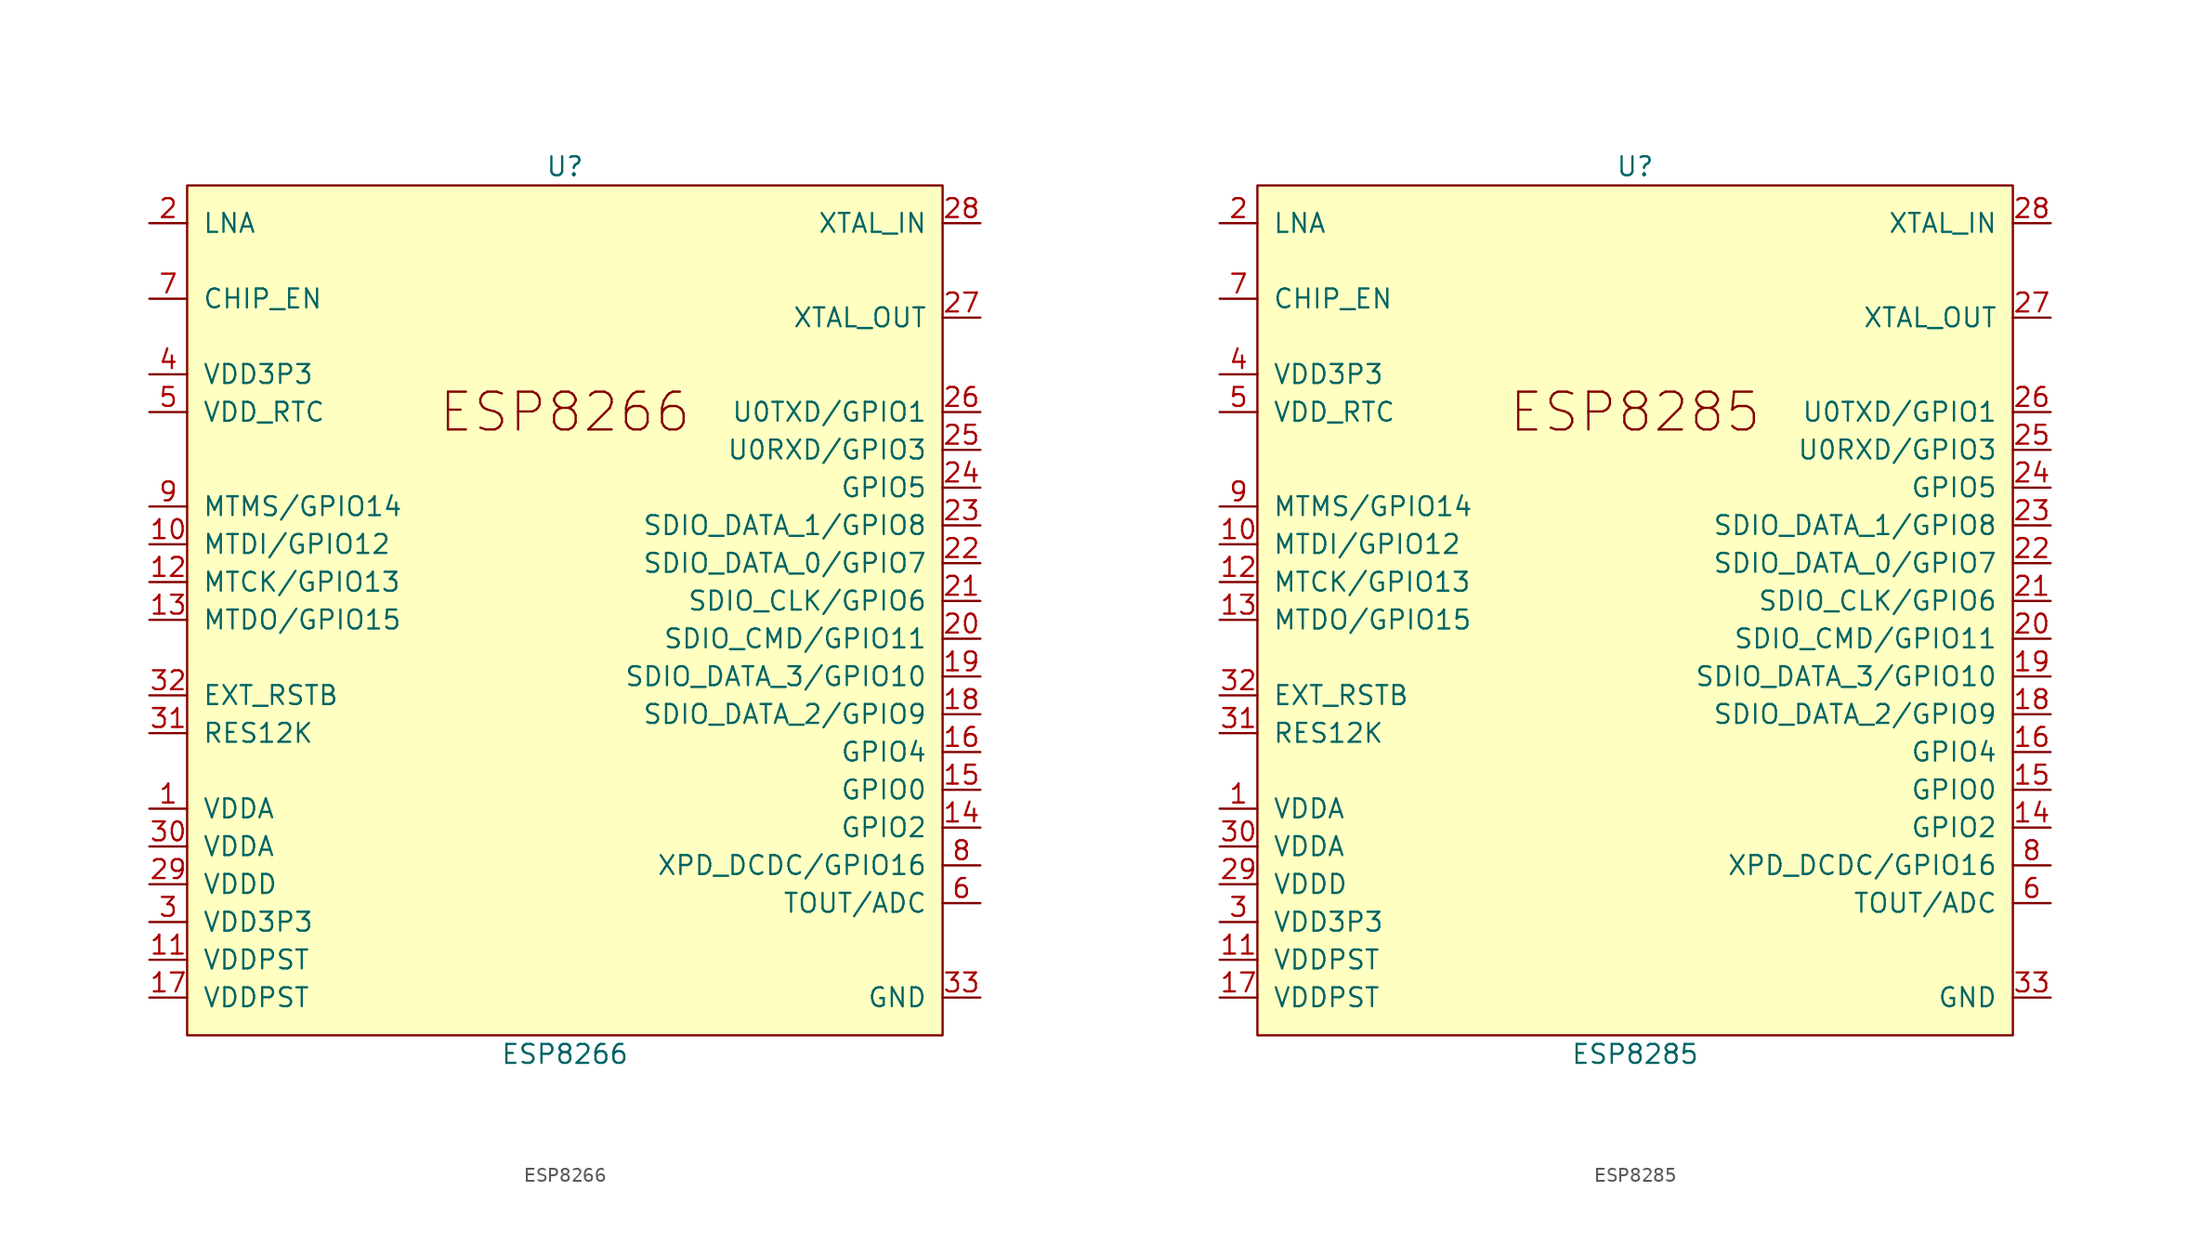
<source format=kicad_sym>
(kicad_symbol_lib
  (version 20220914)
  (generator kicad_symbol_editor)
  (symbol "ESP8266"
    (pin_names
      (offset 1.016))
    (property "Reference" "U"
      (at 0 31.75 0)
      (effects (font (size 1.27 1.27))))
    (property "Value" "ESP8266"
      (at 0 -27.94 0)
      (effects (font (size 1.27 1.27))))
    (symbol "ESP8266_1_1"
      (rectangle (start -25.4 30.48) (end 25.4 -26.67) (stroke (width 0) (type default)) (fill (type background)))
      (text "ESP8266" (at 0 15.24 0) (effects (font (size 2.54 2.54))))
      (pin bidirectional line (at -27.94 -11.43 0) (length 2.54) (name "VDDA" (effects (font (size 1.27 1.27)))) (number "1" (effects (font (size 1.27 1.27)))))
      (pin bidirectional line (at -27.94 6.35 0) (length 2.54) (name "MTDI/GPIO12" (effects (font (size 1.27 1.27)))) (number "10" (effects (font (size 1.27 1.27)))))
      (pin power_in line (at -27.94 -21.59 0) (length 2.54) (name "VDDPST" (effects (font (size 1.27 1.27)))) (number "11" (effects (font (size 1.27 1.27)))))
      (pin bidirectional line (at -27.94 3.81 0) (length 2.54) (name "MTCK/GPIO13" (effects (font (size 1.27 1.27)))) (number "12" (effects (font (size 1.27 1.27)))))
      (pin bidirectional line (at -27.94 1.27 0) (length 2.54) (name "MTDO/GPIO15" (effects (font (size 1.27 1.27)))) (number "13" (effects (font (size 1.27 1.27)))))
      (pin bidirectional line (at 27.94 -12.7 180) (length 2.54) (name "GPIO2" (effects (font (size 1.27 1.27)))) (number "14" (effects (font (size 1.27 1.27)))))
      (pin bidirectional line (at 27.94 -10.16 180) (length 2.54) (name "GPIO0" (effects (font (size 1.27 1.27)))) (number "15" (effects (font (size 1.27 1.27)))))
      (pin bidirectional line (at 27.94 -7.62 180) (length 2.54) (name "GPIO4" (effects (font (size 1.27 1.27)))) (number "16" (effects (font (size 1.27 1.27)))))
      (pin power_in line (at -27.94 -24.13 0) (length 2.54) (name "VDDPST" (effects (font (size 1.27 1.27)))) (number "17" (effects (font (size 1.27 1.27)))))
      (pin bidirectional line (at 27.94 -5.08 180) (length 2.54) (name "SDIO_DATA_2/GPIO9" (effects (font (size 1.27 1.27)))) (number "18" (effects (font (size 1.27 1.27)))))
      (pin bidirectional line (at 27.94 -2.54 180) (length 2.54) (name "SDIO_DATA_3/GPIO10" (effects (font (size 1.27 1.27)))) (number "19" (effects (font (size 1.27 1.27)))))
      (pin power_in line (at -27.94 27.94 0) (length 2.54) (name "LNA" (effects (font (size 1.27 1.27)))) (number "2" (effects (font (size 1.27 1.27)))))
      (pin bidirectional line (at 27.94 0 180) (length 2.54) (name "SDIO_CMD/GPIO11" (effects (font (size 1.27 1.27)))) (number "20" (effects (font (size 1.27 1.27)))))
      (pin bidirectional line (at 27.94 2.54 180) (length 2.54) (name "SDIO_CLK/GPIO6" (effects (font (size 1.27 1.27)))) (number "21" (effects (font (size 1.27 1.27)))))
      (pin bidirectional line (at 27.94 5.08 180) (length 2.54) (name "SDIO_DATA_0/GPIO7" (effects (font (size 1.27 1.27)))) (number "22" (effects (font (size 1.27 1.27)))))
      (pin bidirectional line (at 27.94 7.62 180) (length 2.54) (name "SDIO_DATA_1/GPIO8" (effects (font (size 1.27 1.27)))) (number "23" (effects (font (size 1.27 1.27)))))
      (pin bidirectional line (at 27.94 10.16 180) (length 2.54) (name "GPIO5" (effects (font (size 1.27 1.27)))) (number "24" (effects (font (size 1.27 1.27)))))
      (pin bidirectional line (at 27.94 12.7 180) (length 2.54) (name "U0RXD/GPIO3" (effects (font (size 1.27 1.27)))) (number "25" (effects (font (size 1.27 1.27)))))
      (pin bidirectional line (at 27.94 15.24 180) (length 2.54) (name "U0TXD/GPIO1" (effects (font (size 1.27 1.27)))) (number "26" (effects (font (size 1.27 1.27)))))
      (pin bidirectional line (at 27.94 21.59 180) (length 2.54) (name "XTAL_OUT" (effects (font (size 1.27 1.27)))) (number "27" (effects (font (size 1.27 1.27)))))
      (pin bidirectional line (at 27.94 27.94 180) (length 2.54) (name "XTAL_IN" (effects (font (size 1.27 1.27)))) (number "28" (effects (font (size 1.27 1.27)))))
      (pin output line (at -27.94 -16.51 0) (length 2.54) (name "VDDD" (effects (font (size 1.27 1.27)))) (number "29" (effects (font (size 1.27 1.27)))))
      (pin power_out line (at -27.94 -19.05 0) (length 2.54) (name "VDD3P3" (effects (font (size 1.27 1.27)))) (number "3" (effects (font (size 1.27 1.27)))))
      (pin input line (at -27.94 -13.97 0) (length 2.54) (name "VDDA" (effects (font (size 1.27 1.27)))) (number "30" (effects (font (size 1.27 1.27)))))
      (pin power_in line (at -27.94 -6.35 0) (length 2.54) (name "RES12K" (effects (font (size 1.27 1.27)))) (number "31" (effects (font (size 1.27 1.27)))))
      (pin power_in line (at -27.94 -3.81 0) (length 2.54) (name "EXT_RSTB" (effects (font (size 1.27 1.27)))) (number "32" (effects (font (size 1.27 1.27)))))
      (pin power_in line (at 27.94 -24.13 180) (length 2.54) (name "GND" (effects (font (size 1.27 1.27)))) (number "33" (effects (font (size 1.27 1.27)))))
      (pin output line (at -27.94 17.78 0) (length 2.54) (name "VDD3P3" (effects (font (size 1.27 1.27)))) (number "4" (effects (font (size 1.27 1.27)))))
      (pin input line (at -27.94 15.24 0) (length 2.54) (name "VDD_RTC" (effects (font (size 1.27 1.27)))) (number "5" (effects (font (size 1.27 1.27)))))
      (pin input line (at 27.94 -17.78 180) (length 2.54) (name "TOUT/ADC" (effects (font (size 1.27 1.27)))) (number "6" (effects (font (size 1.27 1.27)))))
      (pin input line (at -27.94 22.86 0) (length 2.54) (name "CHIP_EN" (effects (font (size 1.27 1.27)))) (number "7" (effects (font (size 1.27 1.27)))))
      (pin bidirectional line (at 27.94 -15.24 180) (length 2.54) (name "XPD_DCDC/GPIO16" (effects (font (size 1.27 1.27)))) (number "8" (effects (font (size 1.27 1.27)))))
      (pin bidirectional line (at -27.94 8.89 0) (length 2.54) (name "MTMS/GPIO14" (effects (font (size 1.27 1.27)))) (number "9" (effects (font (size 1.27 1.27)))))))
  (symbol "ESP8285"
    (pin_names
      (offset 1.016))
    (property "Reference" "U"
      (at 0 31.75 0)
      (effects (font (size 1.27 1.27))))
    (property "Value" "ESP8285"
      (at 0 -27.94 0)
      (effects (font (size 1.27 1.27))))
    (symbol "ESP8285_1_1"
      (rectangle (start -25.4 30.48) (end 25.4 -26.67) (stroke (width 0) (type default)) (fill (type background)))
      (text "ESP8285" (at 0 15.24 0) (effects (font (size 2.54 2.54))))
      (pin bidirectional line (at -27.94 -11.43 0) (length 2.54) (name "VDDA" (effects (font (size 1.27 1.27)))) (number "1" (effects (font (size 1.27 1.27)))))
      (pin bidirectional line (at -27.94 6.35 0) (length 2.54) (name "MTDI/GPIO12" (effects (font (size 1.27 1.27)))) (number "10" (effects (font (size 1.27 1.27)))))
      (pin power_in line (at -27.94 -21.59 0) (length 2.54) (name "VDDPST" (effects (font (size 1.27 1.27)))) (number "11" (effects (font (size 1.27 1.27)))))
      (pin bidirectional line (at -27.94 3.81 0) (length 2.54) (name "MTCK/GPIO13" (effects (font (size 1.27 1.27)))) (number "12" (effects (font (size 1.27 1.27)))))
      (pin bidirectional line (at -27.94 1.27 0) (length 2.54) (name "MTDO/GPIO15" (effects (font (size 1.27 1.27)))) (number "13" (effects (font (size 1.27 1.27)))))
      (pin bidirectional line (at 27.94 -12.7 180) (length 2.54) (name "GPIO2" (effects (font (size 1.27 1.27)))) (number "14" (effects (font (size 1.27 1.27)))))
      (pin bidirectional line (at 27.94 -10.16 180) (length 2.54) (name "GPIO0" (effects (font (size 1.27 1.27)))) (number "15" (effects (font (size 1.27 1.27)))))
      (pin bidirectional line (at 27.94 -7.62 180) (length 2.54) (name "GPIO4" (effects (font (size 1.27 1.27)))) (number "16" (effects (font (size 1.27 1.27)))))
      (pin power_in line (at -27.94 -24.13 0) (length 2.54) (name "VDDPST" (effects (font (size 1.27 1.27)))) (number "17" (effects (font (size 1.27 1.27)))))
      (pin bidirectional line (at 27.94 -5.08 180) (length 2.54) (name "SDIO_DATA_2/GPIO9" (effects (font (size 1.27 1.27)))) (number "18" (effects (font (size 1.27 1.27)))))
      (pin bidirectional line (at 27.94 -2.54 180) (length 2.54) (name "SDIO_DATA_3/GPIO10" (effects (font (size 1.27 1.27)))) (number "19" (effects (font (size 1.27 1.27)))))
      (pin power_in line (at -27.94 27.94 0) (length 2.54) (name "LNA" (effects (font (size 1.27 1.27)))) (number "2" (effects (font (size 1.27 1.27)))))
      (pin bidirectional line (at 27.94 0 180) (length 2.54) (name "SDIO_CMD/GPIO11" (effects (font (size 1.27 1.27)))) (number "20" (effects (font (size 1.27 1.27)))))
      (pin bidirectional line (at 27.94 2.54 180) (length 2.54) (name "SDIO_CLK/GPIO6" (effects (font (size 1.27 1.27)))) (number "21" (effects (font (size 1.27 1.27)))))
      (pin bidirectional line (at 27.94 5.08 180) (length 2.54) (name "SDIO_DATA_0/GPIO7" (effects (font (size 1.27 1.27)))) (number "22" (effects (font (size 1.27 1.27)))))
      (pin bidirectional line (at 27.94 7.62 180) (length 2.54) (name "SDIO_DATA_1/GPIO8" (effects (font (size 1.27 1.27)))) (number "23" (effects (font (size 1.27 1.27)))))
      (pin bidirectional line (at 27.94 10.16 180) (length 2.54) (name "GPIO5" (effects (font (size 1.27 1.27)))) (number "24" (effects (font (size 1.27 1.27)))))
      (pin bidirectional line (at 27.94 12.7 180) (length 2.54) (name "U0RXD/GPIO3" (effects (font (size 1.27 1.27)))) (number "25" (effects (font (size 1.27 1.27)))))
      (pin bidirectional line (at 27.94 15.24 180) (length 2.54) (name "U0TXD/GPIO1" (effects (font (size 1.27 1.27)))) (number "26" (effects (font (size 1.27 1.27)))))
      (pin bidirectional line (at 27.94 21.59 180) (length 2.54) (name "XTAL_OUT" (effects (font (size 1.27 1.27)))) (number "27" (effects (font (size 1.27 1.27)))))
      (pin bidirectional line (at 27.94 27.94 180) (length 2.54) (name "XTAL_IN" (effects (font (size 1.27 1.27)))) (number "28" (effects (font (size 1.27 1.27)))))
      (pin output line (at -27.94 -16.51 0) (length 2.54) (name "VDDD" (effects (font (size 1.27 1.27)))) (number "29" (effects (font (size 1.27 1.27)))))
      (pin power_out line (at -27.94 -19.05 0) (length 2.54) (name "VDD3P3" (effects (font (size 1.27 1.27)))) (number "3" (effects (font (size 1.27 1.27)))))
      (pin input line (at -27.94 -13.97 0) (length 2.54) (name "VDDA" (effects (font (size 1.27 1.27)))) (number "30" (effects (font (size 1.27 1.27)))))
      (pin power_in line (at -27.94 -6.35 0) (length 2.54) (name "RES12K" (effects (font (size 1.27 1.27)))) (number "31" (effects (font (size 1.27 1.27)))))
      (pin power_in line (at -27.94 -3.81 0) (length 2.54) (name "EXT_RSTB" (effects (font (size 1.27 1.27)))) (number "32" (effects (font (size 1.27 1.27)))))
      (pin power_in line (at 27.94 -24.13 180) (length 2.54) (name "GND" (effects (font (size 1.27 1.27)))) (number "33" (effects (font (size 1.27 1.27)))))
      (pin output line (at -27.94 17.78 0) (length 2.54) (name "VDD3P3" (effects (font (size 1.27 1.27)))) (number "4" (effects (font (size 1.27 1.27)))))
      (pin input line (at -27.94 15.24 0) (length 2.54) (name "VDD_RTC" (effects (font (size 1.27 1.27)))) (number "5" (effects (font (size 1.27 1.27)))))
      (pin input line (at 27.94 -17.78 180) (length 2.54) (name "TOUT/ADC" (effects (font (size 1.27 1.27)))) (number "6" (effects (font (size 1.27 1.27)))))
      (pin input line (at -27.94 22.86 0) (length 2.54) (name "CHIP_EN" (effects (font (size 1.27 1.27)))) (number "7" (effects (font (size 1.27 1.27)))))
      (pin bidirectional line (at 27.94 -15.24 180) (length 2.54) (name "XPD_DCDC/GPIO16" (effects (font (size 1.27 1.27)))) (number "8" (effects (font (size 1.27 1.27)))))
      (pin bidirectional line (at -27.94 8.89 0) (length 2.54) (name "MTMS/GPIO14" (effects (font (size 1.27 1.27)))) (number "9" (effects (font (size 1.27 1.27))))))))
</source>
